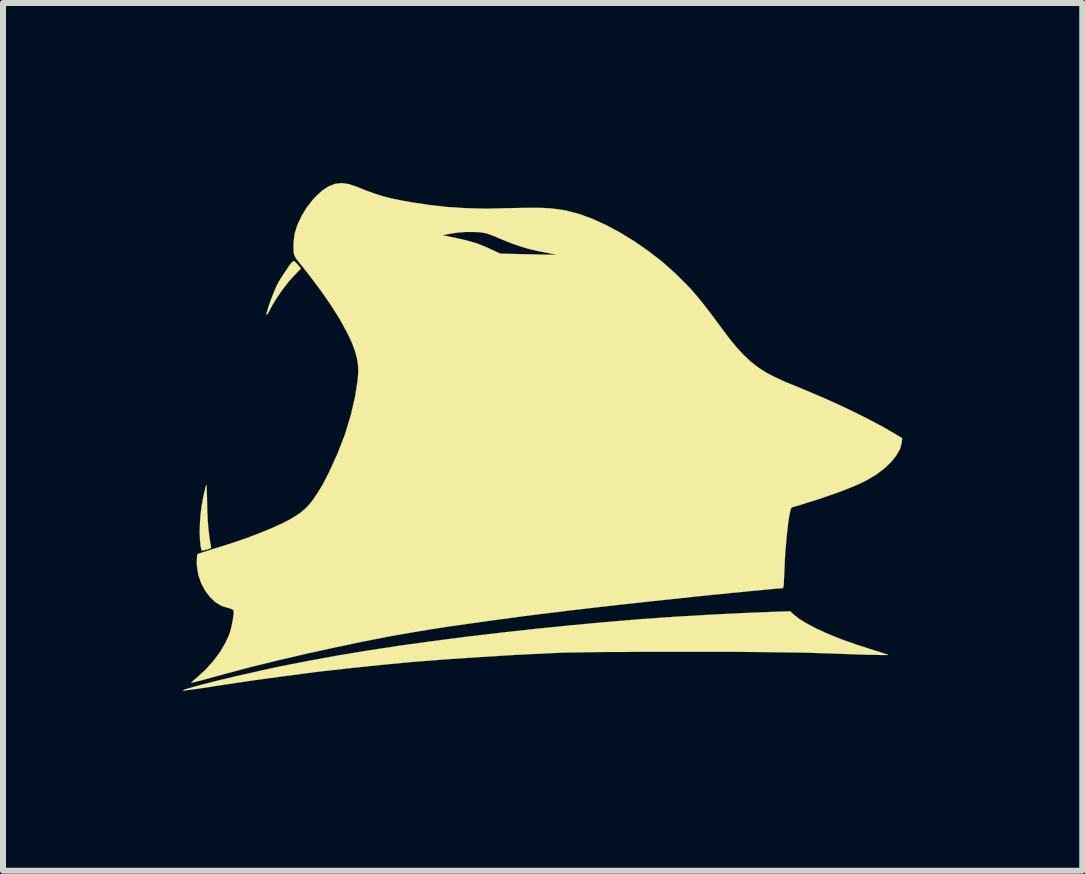
<source format=kicad_pcb>
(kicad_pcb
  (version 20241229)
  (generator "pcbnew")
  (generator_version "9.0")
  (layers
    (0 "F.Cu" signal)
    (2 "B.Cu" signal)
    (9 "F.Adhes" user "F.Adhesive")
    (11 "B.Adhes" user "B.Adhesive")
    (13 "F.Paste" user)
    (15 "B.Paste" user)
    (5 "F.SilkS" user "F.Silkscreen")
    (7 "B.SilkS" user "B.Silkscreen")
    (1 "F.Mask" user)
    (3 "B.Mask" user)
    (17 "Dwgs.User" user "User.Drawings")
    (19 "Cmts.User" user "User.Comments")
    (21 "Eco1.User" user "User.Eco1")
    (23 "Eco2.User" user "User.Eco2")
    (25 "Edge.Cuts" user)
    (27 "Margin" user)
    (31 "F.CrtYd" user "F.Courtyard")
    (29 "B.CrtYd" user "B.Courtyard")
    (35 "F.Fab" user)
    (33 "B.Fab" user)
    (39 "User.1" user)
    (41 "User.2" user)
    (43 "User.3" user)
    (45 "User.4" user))
  (footprint "Logo_Front_10mm"
    (layer "F.Cu")
    (at 5.975 4.233)
    (property "Reference" "Logo_Front_10mm" (at 0 0 0) (layer "F.SilkS") (effects (font (size 0.381 0.381) (thickness 0.127))))
    (attr through_hole)
    (fp_poly (pts (xy -4.008 -2.807) (xy -4.135 -2.677) (xy -4.224 -2.576) (xy -4.318 -2.454) (xy -4.409 -2.322) (xy -4.488 -2.192) (xy -4.521 -2.129) (xy -4.554 -2.068) (xy -4.575 -2.037) (xy -4.582 -2.037) (xy -4.58 -2.07) (xy -4.577 -2.078) (xy -4.557 -2.146) (xy -4.529 -2.233) (xy -4.493 -2.329) (xy -4.455 -2.426) (xy -4.42 -2.507) (xy -4.409 -2.53) (xy -4.381 -2.583) (xy -4.341 -2.649) (xy -4.295 -2.72) (xy -4.247 -2.791) (xy -4.204 -2.855) (xy -4.166 -2.903) (xy -4.138 -2.931) (xy -4.135 -2.934) (xy -4.117 -2.926) (xy -4.087 -2.901) (xy -4.064 -2.875) (xy -4.008 -2.807)) (stroke (width 0.003) (type solid)) (fill yes) (layer "F.SilkS"))
    (fp_poly (pts (xy -5.507 1.841) (xy -5.517 1.857) (xy -5.55 1.869) (xy -5.575 1.877) (xy -5.621 1.887) (xy -5.654 1.895) (xy -5.659 1.895) (xy -5.667 1.88) (xy -5.677 1.841) (xy -5.682 1.816) (xy -5.692 1.709) (xy -5.697 1.582) (xy -5.692 1.438) (xy -5.682 1.29) (xy -5.664 1.148) (xy -5.646 1.049) (xy -5.629 0.965) (xy -5.611 0.892) (xy -5.598 0.833) (xy -5.588 0.803) (xy -5.588 0.8) (xy -5.583 0.808) (xy -5.58 0.846) (xy -5.578 0.909) (xy -5.575 0.991) (xy -5.573 1.087) (xy -5.57 1.234) (xy -5.563 1.382) (xy -5.552 1.521) (xy -5.537 1.648) (xy -5.522 1.755) (xy -5.509 1.814) (xy -5.507 1.841)) (stroke (width 0.003) (type solid)) (fill yes) (layer "F.SilkS"))
    (fp_poly (pts (xy 5.781 3.632) (xy 5.771 3.635) (xy 5.728 3.635) (xy 5.654 3.635) (xy 5.555 3.632) (xy 5.425 3.63) (xy 5.273 3.625) (xy 5.098 3.619) (xy 4.897 3.612) (xy 4.681 3.604) (xy 4.587 3.602) (xy 4.46 3.597) (xy 4.308 3.594) (xy 4.128 3.592) (xy 3.924 3.589) (xy 3.706 3.586) (xy 3.467 3.584) (xy 3.218 3.581) (xy 2.959 3.581) (xy 2.695 3.581) (xy 2.428 3.581) (xy 2.159 3.581) (xy 1.895 3.581) (xy 1.636 3.581) (xy 1.387 3.584) (xy 1.151 3.584) (xy 0.93 3.586) (xy 0.729 3.589) (xy 0.549 3.592) (xy 0.396 3.594) (xy 0.269 3.599) (xy 0.203 3.602) (xy -0.419 3.632) (xy -1.011 3.668) (xy -1.58 3.706) (xy -2.134 3.749) (xy -2.677 3.8) (xy -3.213 3.856) (xy -3.752 3.917) (xy -4.295 3.988) (xy -4.849 4.064) (xy -5.423 4.15) (xy -5.517 4.166) (xy -5.634 4.183) (xy -5.743 4.199) (xy -5.834 4.211) (xy -5.905 4.221) (xy -5.954 4.229) (xy -5.974 4.229) (xy -5.972 4.224) (xy -5.946 4.211) (xy -5.898 4.196) (xy -5.786 4.163) (xy -5.646 4.125) (xy -5.479 4.082) (xy -5.293 4.036) (xy -5.09 3.988) (xy -4.877 3.94) (xy -4.653 3.889) (xy -4.43 3.84) (xy -4.204 3.795) (xy -3.985 3.752) (xy -3.894 3.734) (xy -3.419 3.647) (xy -2.916 3.564) (xy -2.385 3.482) (xy -1.836 3.406) (xy -1.267 3.332) (xy -0.688 3.264) (xy -0.099 3.198) (xy 0.495 3.139) (xy 1.087 3.084) (xy 1.676 3.035) (xy 2.258 2.995) (xy 2.827 2.962) (xy 3.381 2.934) (xy 3.787 2.918) (xy 4.148 2.906) (xy 4.201 2.957) (xy 4.3 3.035) (xy 4.43 3.114) (xy 4.59 3.198) (xy 4.78 3.284) (xy 4.996 3.371) (xy 5.243 3.459) (xy 5.458 3.528) (xy 5.555 3.559) (xy 5.641 3.586) (xy 5.71 3.609) (xy 5.758 3.625) (xy 5.781 3.632)) (stroke (width 0.003) (type solid)) (fill yes) (layer "F.SilkS"))
    (fp_poly (pts (xy 6.012 0.02) (xy 6.005 0.094) (xy 5.977 0.201) (xy 5.916 0.307) (xy 5.829 0.417) (xy 5.718 0.523) (xy 5.583 0.625) (xy 5.425 0.719) (xy 5.309 0.777) (xy 5.21 0.82) (xy 5.085 0.871) (xy 4.943 0.925) (xy 4.79 0.978) (xy 4.636 1.031) (xy 4.486 1.079) (xy 4.425 1.097) (xy 4.341 1.125) (xy 4.265 1.148) (xy 4.209 1.163) (xy 4.176 1.173) (xy 4.171 1.176) (xy 4.158 1.196) (xy 4.145 1.245) (xy 4.13 1.321) (xy 4.115 1.415) (xy 4.102 1.529) (xy 4.087 1.654) (xy 4.077 1.788) (xy 4.064 1.925) (xy 4.056 2.062) (xy 4.051 2.197) (xy 4.051 2.205) (xy 4.046 2.316) (xy 4.041 2.4) (xy 4.039 2.456) (xy 4.034 2.494) (xy 4.026 2.515) (xy 4.016 2.522) (xy 4.013 2.522) (xy 3.985 2.525) (xy 3.929 2.527) (xy 3.846 2.535) (xy 3.739 2.545) (xy 3.614 2.558) (xy 3.472 2.57) (xy 3.32 2.586) (xy 3.157 2.601) (xy 2.987 2.619) (xy 2.852 2.631) (xy 2.342 2.685) (xy 1.841 2.738) (xy 1.354 2.791) (xy 0.881 2.845) (xy 0.424 2.898) (xy 0.244 2.921) (xy 0.244 -3.038) (xy 0.221 -3.043) (xy 0.173 -3.053) (xy 0.104 -3.068) (xy 0.081 -3.071) (xy -0.084 -3.104) (xy -0.231 -3.139) (xy -0.373 -3.183) (xy -0.523 -3.236) (xy -0.686 -3.302) (xy -0.78 -3.343) (xy -0.853 -3.371) (xy -0.909 -3.391) (xy -0.958 -3.401) (xy -1.006 -3.409) (xy -1.064 -3.414) (xy -1.133 -3.416) (xy -1.273 -3.416) (xy -1.397 -3.406) (xy -1.486 -3.393) (xy -1.648 -3.363) (xy -1.455 -3.322) (xy -1.303 -3.289) (xy -1.176 -3.256) (xy -1.062 -3.221) (xy -0.947 -3.175) (xy -0.856 -3.134) (xy -0.686 -3.056) (xy -0.254 -3.045) (xy -0.132 -3.043) (xy -0.02 -3.04) (xy 0.079 -3.038) (xy 0.157 -3.038) (xy 0.213 -3.035) (xy 0.236 -3.035) (xy 0.244 -3.038) (xy 0.244 2.921) (xy -0.013 2.951) (xy -0.427 3.005) (xy -0.82 3.058) (xy -1.186 3.109) (xy -1.527 3.157) (xy -1.836 3.205) (xy -2.113 3.251) (xy -2.116 3.251) (xy -2.55 3.327) (xy -3.002 3.416) (xy -3.462 3.513) (xy -3.924 3.614) (xy -4.381 3.721) (xy -4.826 3.83) (xy -5.248 3.942) (xy -5.489 4.008) (xy -5.591 4.036) (xy -5.682 4.061) (xy -5.756 4.079) (xy -5.809 4.092) (xy -5.834 4.097) (xy -5.837 4.094) (xy -5.822 4.079) (xy -5.789 4.049) (xy -5.74 4.008) (xy -5.728 3.998) (xy -5.593 3.873) (xy -5.469 3.734) (xy -5.357 3.584) (xy -5.268 3.432) (xy -5.212 3.312) (xy -5.187 3.239) (xy -5.166 3.157) (xy -5.149 3.071) (xy -5.136 2.995) (xy -5.128 2.931) (xy -5.133 2.891) (xy -5.154 2.873) (xy -5.197 2.857) (xy -5.215 2.852) (xy -5.326 2.819) (xy -5.433 2.756) (xy -5.527 2.667) (xy -5.608 2.558) (xy -5.674 2.433) (xy -5.72 2.296) (xy -5.743 2.151) (xy -5.745 2.103) (xy -5.743 2.04) (xy -5.74 1.986) (xy -5.738 1.958) (xy -5.735 1.956) (xy -5.715 1.946) (xy -5.669 1.93) (xy -5.601 1.908) (xy -5.514 1.88) (xy -5.418 1.849) (xy -5.397 1.844) (xy -5.146 1.765) (xy -4.91 1.684) (xy -4.691 1.6) (xy -4.493 1.519) (xy -4.315 1.438) (xy -4.166 1.359) (xy -4.044 1.283) (xy -4.016 1.262) (xy -3.922 1.181) (xy -3.83 1.077) (xy -3.739 0.945) (xy -3.642 0.785) (xy -3.546 0.599) (xy -3.399 0.277) (xy -3.274 -0.046) (xy -3.178 -0.363) (xy -3.106 -0.673) (xy -3.063 -0.953) (xy -3.053 -1.082) (xy -3.058 -1.201) (xy -3.076 -1.316) (xy -3.109 -1.435) (xy -3.157 -1.565) (xy -3.226 -1.712) (xy -3.251 -1.76) (xy -3.368 -1.974) (xy -3.515 -2.205) (xy -3.686 -2.451) (xy -3.881 -2.71) (xy -4 -2.86) (xy -4.056 -2.929) (xy -4.094 -2.979) (xy -4.117 -3.025) (xy -4.13 -3.073) (xy -4.133 -3.132) (xy -4.133 -3.211) (xy -4.13 -3.266) (xy -4.112 -3.396) (xy -4.067 -3.538) (xy -3.998 -3.683) (xy -3.912 -3.825) (xy -3.81 -3.955) (xy -3.767 -4.003) (xy -3.655 -4.107) (xy -3.546 -4.178) (xy -3.439 -4.219) (xy -3.327 -4.232) (xy -3.208 -4.214) (xy -3.081 -4.171) (xy -2.931 -4.11) (xy -2.789 -4.059) (xy -2.647 -4.013) (xy -2.497 -3.975) (xy -2.334 -3.942) (xy -2.154 -3.909) (xy -1.946 -3.879) (xy -1.869 -3.866) (xy -1.567 -3.833) (xy -1.255 -3.813) (xy -0.925 -3.805) (xy -0.569 -3.813) (xy -0.541 -3.813) (xy -0.33 -3.818) (xy -0.147 -3.82) (xy 0.013 -3.818) (xy 0.152 -3.81) (xy 0.277 -3.795) (xy 0.394 -3.777) (xy 0.414 -3.772) (xy 0.622 -3.719) (xy 0.846 -3.637) (xy 1.079 -3.531) (xy 1.316 -3.404) (xy 1.552 -3.259) (xy 1.786 -3.096) (xy 2.012 -2.921) (xy 2.223 -2.733) (xy 2.327 -2.631) (xy 2.408 -2.55) (xy 2.482 -2.474) (xy 2.553 -2.393) (xy 2.624 -2.309) (xy 2.7 -2.215) (xy 2.784 -2.106) (xy 2.88 -1.979) (xy 2.99 -1.831) (xy 3.012 -1.801) (xy 3.142 -1.628) (xy 3.261 -1.483) (xy 3.378 -1.359) (xy 3.493 -1.252) (xy 3.614 -1.158) (xy 3.744 -1.074) (xy 3.894 -0.996) (xy 4.061 -0.919) (xy 4.216 -0.856) (xy 4.486 -0.744) (xy 4.757 -0.627) (xy 5.019 -0.508) (xy 5.271 -0.386) (xy 5.502 -0.269) (xy 5.712 -0.157) (xy 5.837 -0.084) (xy 6.012 0.02)) (stroke (width 0.003) (type solid)) (fill yes) (layer "F.SilkS")))
  (gr_rect
    (start -3 -3)
    (end 14.989 11.463)
    (stroke (width 0.1) (type default))
    (fill no)
    (layer "Edge.Cuts")))
</source>
